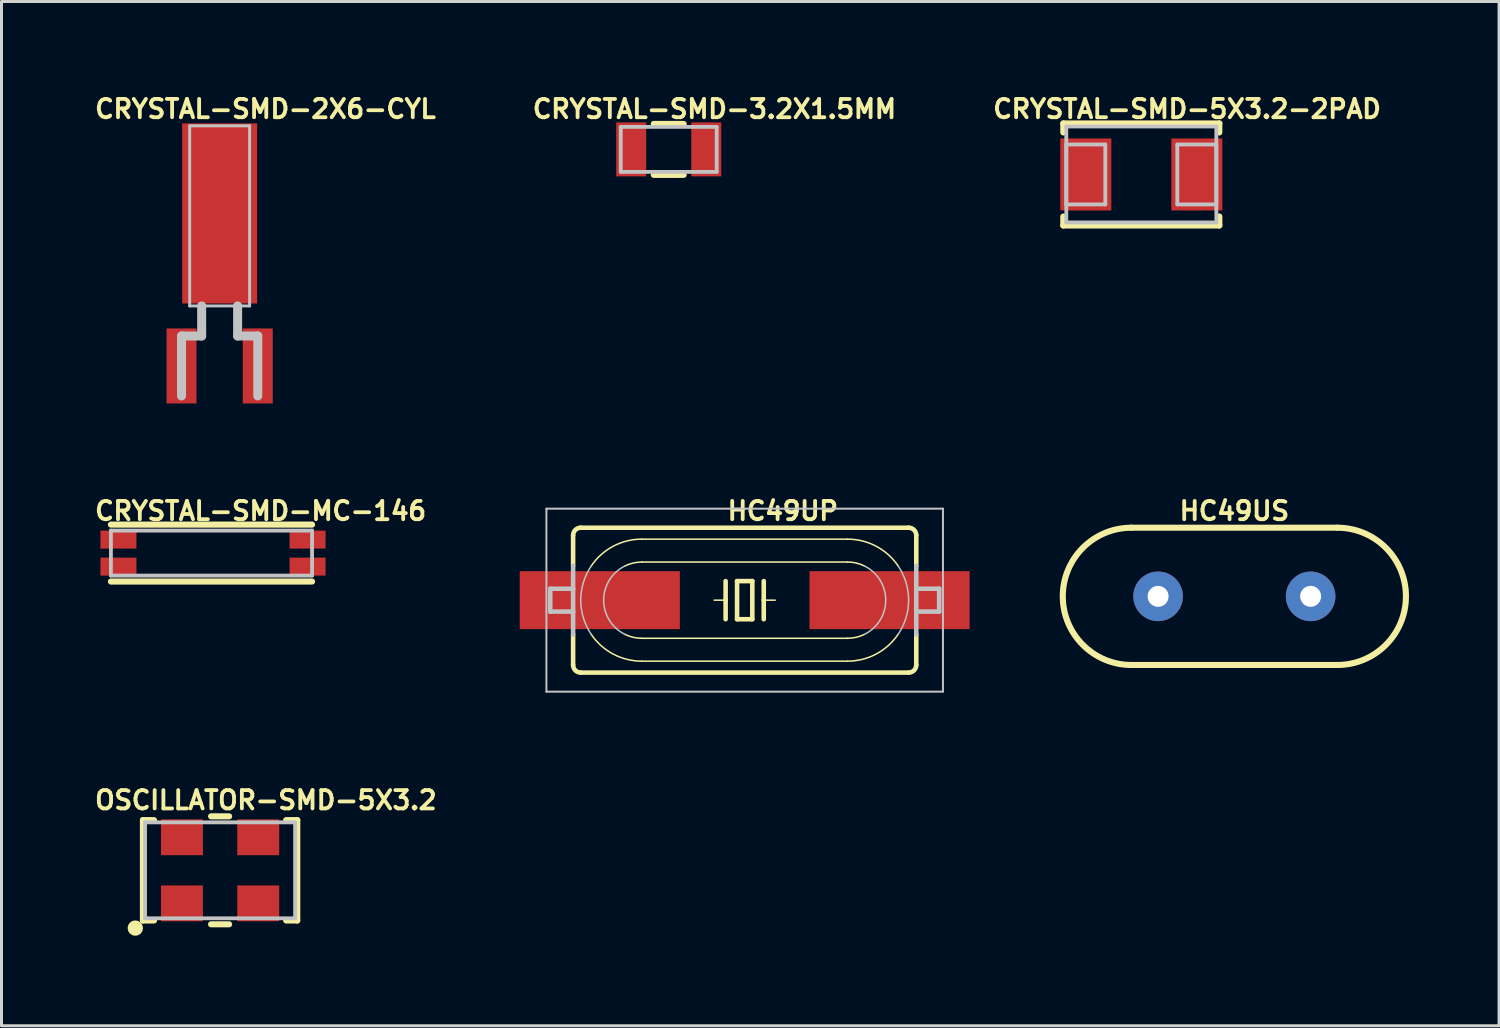
<source format=kicad_pcb>
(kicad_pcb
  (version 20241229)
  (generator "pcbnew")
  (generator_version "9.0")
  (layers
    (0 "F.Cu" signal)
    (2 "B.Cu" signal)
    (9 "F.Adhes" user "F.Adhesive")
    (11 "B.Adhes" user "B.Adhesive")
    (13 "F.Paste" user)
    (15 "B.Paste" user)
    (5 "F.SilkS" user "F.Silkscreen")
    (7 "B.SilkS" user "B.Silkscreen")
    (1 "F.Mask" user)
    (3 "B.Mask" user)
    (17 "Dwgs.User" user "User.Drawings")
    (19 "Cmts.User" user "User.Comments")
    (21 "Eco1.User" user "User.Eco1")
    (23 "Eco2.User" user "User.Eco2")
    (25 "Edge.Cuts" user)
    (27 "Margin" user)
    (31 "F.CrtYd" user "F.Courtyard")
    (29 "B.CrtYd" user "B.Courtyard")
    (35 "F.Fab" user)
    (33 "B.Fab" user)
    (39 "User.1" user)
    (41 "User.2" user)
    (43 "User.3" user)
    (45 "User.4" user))
  (footprint "CRYSTAL-SMD-3.2X1.5MM"
    (layer "F.Cu")
    (at 19.224 1.926)
    (property "Reference" "CRYSTAL-SMD-3.2X1.5MM" (at 1.524 -1.346 0) (layer "F.SilkS") (effects (font (size 0.61 0.61) (thickness 0.127))))
    (attr smd)
    (fp_line (start -0.498 -0.848) (end 0.498 -0.848) (stroke (width 0.203) (type solid)) (layer "F.SilkS"))
    (fp_line (start 0.498 0.848) (end -0.498 0.848) (stroke (width 0.203) (type solid)) (layer "F.SilkS"))
    (fp_line (start -1.598 -0.749) (end 1.598 -0.749) (stroke (width 0.127) (type solid)) (layer "Dwgs.User"))
    (fp_line (start -1.598 0.749) (end -1.598 -0.749) (stroke (width 0.127) (type solid)) (layer "Dwgs.User"))
    (fp_line (start 1.598 -0.749) (end 1.598 0.749) (stroke (width 0.127) (type solid)) (layer "Dwgs.User"))
    (fp_line (start 1.598 0.749) (end -1.598 0.749) (stroke (width 0.127) (type solid)) (layer "Dwgs.User"))
    (pad "P$1" smd rect (at -1.25 0) (size 0.998 1.798) (layers "F.Cu" "F.Mask" "F.Paste"))
    (pad "P$2" smd rect (at 1.25 0) (size 0.998 1.798) (layers "F.Cu" "F.Mask" "F.Paste")))
  (footprint "HC49UP"
    (layer "F.Cu")
    (at 21.754 16.94)
    (property "Reference" "HC49UP" (at 1.27 -2.972 0) (layer "F.SilkS") (effects (font (size 0.61 0.61) (thickness 0.127))))
    (attr smd)
    (fp_line (start -5.715 -1.143) (end -5.715 -2.159) (stroke (width 0.152) (type solid)) (layer "F.SilkS"))
    (fp_line (start -5.715 2.159) (end -5.715 1.143) (stroke (width 0.152) (type solid)) (layer "F.SilkS"))
    (fp_line (start -3.429 -2.032) (end 3.429 -2.032) (stroke (width 0.051) (type solid)) (layer "F.SilkS"))
    (fp_line (start -3.429 -1.27) (end 3.429 -1.27) (stroke (width 0.051) (type solid)) (layer "F.SilkS"))
    (fp_line (start -0.635 -0.635) (end -0.635 0) (stroke (width 0.152) (type solid)) (layer "F.SilkS"))
    (fp_line (start -0.635 0) (end -1.016 0) (stroke (width 0.051) (type solid)) (layer "F.SilkS"))
    (fp_line (start -0.635 0) (end -0.635 0.635) (stroke (width 0.152) (type solid)) (layer "F.SilkS"))
    (fp_line (start -0.254 -0.635) (end -0.254 0.635) (stroke (width 0.152) (type solid)) (layer "F.SilkS"))
    (fp_line (start -0.254 0.635) (end 0.254 0.635) (stroke (width 0.152) (type solid)) (layer "F.SilkS"))
    (fp_line (start 0.254 -0.635) (end -0.254 -0.635) (stroke (width 0.152) (type solid)) (layer "F.SilkS"))
    (fp_line (start 0.254 0.635) (end 0.254 -0.635) (stroke (width 0.152) (type solid)) (layer "F.SilkS"))
    (fp_line (start 0.635 -0.635) (end 0.635 0) (stroke (width 0.152) (type solid)) (layer "F.SilkS"))
    (fp_line (start 0.635 0) (end 0.635 0.635) (stroke (width 0.152) (type solid)) (layer "F.SilkS"))
    (fp_line (start 0.635 0) (end 1.016 0) (stroke (width 0.051) (type solid)) (layer "F.SilkS"))
    (fp_line (start 3.429 1.27) (end -3.429 1.27) (stroke (width 0.051) (type solid)) (layer "F.SilkS"))
    (fp_line (start 3.429 2.032) (end -3.429 2.032) (stroke (width 0.051) (type solid)) (layer "F.SilkS"))
    (fp_line (start 5.461 -2.413) (end -5.461 -2.413) (stroke (width 0.152) (type solid)) (layer "F.SilkS"))
    (fp_line (start 5.461 2.413) (end -5.461 2.413) (stroke (width 0.152) (type solid)) (layer "F.SilkS"))
    (fp_line (start 5.715 -1.143) (end 5.715 -2.159) (stroke (width 0.152) (type solid)) (layer "F.SilkS"))
    (fp_line (start 5.715 2.159) (end 5.715 1.143) (stroke (width 0.152) (type solid)) (layer "F.SilkS"))
    (fp_arc (start -5.715 -2.159) (mid -5.640605 -2.338605) (end -5.461 -2.413) (stroke (width 0.1524) (type solid)) (layer "F.SilkS"))
    (fp_arc (start -5.461 2.413) (mid -5.640605 2.338605) (end -5.715 2.159) (stroke (width 0.1524) (type solid)) (layer "F.SilkS"))
    (fp_arc (start -5.10794 -1.143) (mid -4.379218 -1.796128) (end -3.429787 -2.033178) (stroke (width 0.0508) (type solid)) (layer "F.SilkS"))
    (fp_arc (start -3.98018 -1.143) (mid -3.711094 -1.237203) (end -3.427769 -1.268955) (stroke (width 0.0508) (type solid)) (layer "F.SilkS"))
    (fp_arc (start -3.429 1.27) (mid -3.712527 1.237947) (end -3.981743 1.143405) (stroke (width 0.0508) (type solid)) (layer "F.SilkS"))
    (fp_arc (start -3.429 2.032) (mid -4.378266 1.796641) (end -5.107632 1.145085) (stroke (width 0.0508) (type solid)) (layer "F.SilkS"))
    (fp_arc (start 3.429 -2.032) (mid 4.378266 -1.796641) (end 5.107632 -1.145085) (stroke (width 0.0508) (type solid)) (layer "F.SilkS"))
    (fp_arc (start 3.429 -1.27) (mid 3.712527 -1.237947) (end 3.981743 -1.143405) (stroke (width 0.0508) (type solid)) (layer "F.SilkS"))
    (fp_arc (start 3.98018 1.143) (mid 3.711094 1.237203) (end 3.427769 1.268955) (stroke (width 0.0508) (type solid)) (layer "F.SilkS"))
    (fp_arc (start 5.10794 1.14046) (mid 4.380405 1.793882) (end 3.431886 2.031747) (stroke (width 0.0508) (type solid)) (layer "F.SilkS"))
    (fp_arc (start 5.461 -2.413) (mid 5.640605 -2.338605) (end 5.715 -2.159) (stroke (width 0.1524) (type solid)) (layer "F.SilkS"))
    (fp_arc (start 5.715 2.159) (mid 5.640605 2.338605) (end 5.461 2.413) (stroke (width 0.1524) (type solid)) (layer "F.SilkS"))
    (fp_line (start -6.604 -3.048) (end 6.604 -3.048) (stroke (width 0.066) (type solid)) (layer "Dwgs.User"))
    (fp_line (start -6.604 3.048) (end -6.604 -3.048) (stroke (width 0.066) (type solid)) (layer "Dwgs.User"))
    (fp_line (start -6.604 3.048) (end 6.604 3.048) (stroke (width 0.066) (type solid)) (layer "Dwgs.User"))
    (fp_line (start -6.477 0.381) (end -6.477 -0.381) (stroke (width 0.152) (type solid)) (layer "Dwgs.User"))
    (fp_line (start -5.715 -0.381) (end -6.477 -0.381) (stroke (width 0.152) (type solid)) (layer "Dwgs.User"))
    (fp_line (start -5.715 -0.381) (end -5.715 -1.143) (stroke (width 0.152) (type solid)) (layer "Dwgs.User"))
    (fp_line (start -5.715 0.381) (end -6.477 0.381) (stroke (width 0.152) (type solid)) (layer "Dwgs.User"))
    (fp_line (start -5.715 0.381) (end -5.715 -0.381) (stroke (width 0.152) (type solid)) (layer "Dwgs.User"))
    (fp_line (start -5.715 1.143) (end -5.715 0.381) (stroke (width 0.152) (type solid)) (layer "Dwgs.User"))
    (fp_line (start 5.715 -0.381) (end 6.477 -0.381) (stroke (width 0.152) (type solid)) (layer "Dwgs.User"))
    (fp_line (start 5.715 0.381) (end 6.477 0.381) (stroke (width 0.152) (type solid)) (layer "Dwgs.User"))
    (fp_line (start 5.715 1.143) (end 5.715 -1.143) (stroke (width 0.152) (type solid)) (layer "Dwgs.User"))
    (fp_line (start 6.477 0.381) (end 6.477 -0.381) (stroke (width 0.152) (type solid)) (layer "Dwgs.User"))
    (fp_line (start 6.604 3.048) (end 6.604 -3.048) (stroke (width 0.066) (type solid)) (layer "Dwgs.User"))
    (fp_arc (start -5.10794 1.143) (mid -5.46008 0.001649) (end -5.109794 -1.140273) (stroke (width 0.0508) (type solid)) (layer "Dwgs.User"))
    (fp_arc (start -3.98018 1.143) (mid -4.697953 0.002339) (end -3.98439 -1.14096) (stroke (width 0.0508) (type solid)) (layer "Dwgs.User"))
    (fp_arc (start 3.98018 -1.143) (mid 4.697953 -0.002339) (end 3.98439 1.14096) (stroke (width 0.0508) (type solid)) (layer "Dwgs.User"))
    (fp_arc (start 5.10794 -1.143) (mid 5.46008 -0.001649) (end 5.109794 1.140273) (stroke (width 0.0508) (type solid)) (layer "Dwgs.User"))
    (pad "1" smd rect (at -4.826 0) (size 5.334 1.93) (layers "F.Cu" "F.Mask" "F.Paste"))
    (pad "2" smd rect (at 4.826 0) (size 5.334 1.93) (layers "F.Cu" "F.Mask" "F.Paste")))
  (footprint "HC49US"
    (layer "F.Cu")
    (at 38.064 16.813)
    (property "Reference" "HC49US" (at 0 -2.845 0) (layer "F.SilkS") (effects (font (size 0.61 0.61) (thickness 0.127))))
    (attr exclude_from_pos_files exclude_from_bom)
    (fp_line (start -3.429 2.286) (end 3.429 2.286) (stroke (width 0.203) (type solid)) (layer "F.SilkS"))
    (fp_line (start 3.429 -2.286) (end -3.429 -2.286) (stroke (width 0.203) (type solid)) (layer "F.SilkS"))
    (fp_arc (start -3.429 2.286) (mid -5.715 0) (end -3.429 -2.286) (stroke (width 0.2032) (type solid)) (layer "F.SilkS"))
    (fp_arc (start 3.429 -2.286) (mid 5.715 0) (end 3.429 2.286) (stroke (width 0.2032) (type solid)) (layer "F.SilkS"))
    (pad "1" thru_hole circle (at -2.54 0) (size 1.651 1.651) (drill 0.699) (layers "*.Cu" "*.Paste" "*.Mask"))
    (pad "2" thru_hole circle (at 2.54 0) (size 1.651 1.651) (drill 0.699) (layers "*.Cu" "*.Paste" "*.Mask")))
  (footprint "OSCILLATOR-SMD-5X3.2"
    (layer "F.Cu")
    (at 4.281 25.938)
    (property "Reference" "OSCILLATOR-SMD-5X3.2" (at 1.524 -2.337 0) (layer "F.SilkS") (effects (font (size 0.61 0.61) (thickness 0.127))))
    (attr smd)
    (fp_line (start -2.57 -1.671) (end -2.57 1.671) (stroke (width 0.203) (type solid)) (layer "F.SilkS"))
    (fp_line (start -2.57 -1.671) (end -2.2 -1.671) (stroke (width 0.203) (type solid)) (layer "F.SilkS"))
    (fp_line (start -2.57 1.671) (end -2.2 1.671) (stroke (width 0.203) (type solid)) (layer "F.SilkS"))
    (fp_line (start -0.3 1.798) (end 0.3 1.798) (stroke (width 0.203) (type solid)) (layer "F.SilkS"))
    (fp_line (start 0.3 -1.798) (end -0.3 -1.798) (stroke (width 0.203) (type solid)) (layer "F.SilkS"))
    (fp_line (start 2.57 -1.671) (end 2.2 -1.671) (stroke (width 0.203) (type solid)) (layer "F.SilkS"))
    (fp_line (start 2.57 1.671) (end 2.2 1.671) (stroke (width 0.203) (type solid)) (layer "F.SilkS"))
    (fp_line (start 2.57 1.671) (end 2.57 -1.671) (stroke (width 0.203) (type solid)) (layer "F.SilkS"))
    (fp_circle (center -2.824 1.925) (end -2.824 1.671) (stroke (width 0) (type solid)) (fill yes) (layer "F.SilkS"))
    (fp_line (start -2.499 -1.598) (end -2.499 1.598) (stroke (width 0.127) (type solid)) (layer "Dwgs.User"))
    (fp_line (start -2.499 1.598) (end 2.499 1.598) (stroke (width 0.127) (type solid)) (layer "Dwgs.User"))
    (fp_line (start 2.499 -1.598) (end -2.499 -1.598) (stroke (width 0.127) (type solid)) (layer "Dwgs.User"))
    (fp_line (start 2.499 1.598) (end 2.499 -1.598) (stroke (width 0.127) (type solid)) (layer "Dwgs.User"))
    (pad "1" smd rect (at -1.27 1.1) (size 1.397 1.194) (layers "F.Cu" "F.Mask" "F.Paste"))
    (pad "2" smd rect (at 1.27 1.1) (size 1.397 1.194) (layers "F.Cu" "F.Mask" "F.Paste"))
    (pad "3" smd rect (at 1.27 -1.1) (size 1.397 1.194) (layers "F.Cu" "F.Mask" "F.Paste"))
    (pad "4" smd rect (at -1.27 -1.1) (size 1.397 1.194) (layers "F.Cu" "F.Mask" "F.Paste")))
  (footprint "CRYSTAL-SMD-MC-146"
    (layer "F.Cu")
    (at 0.296 16.122)
    (property "Reference" "CRYSTAL-SMD-MC-146" (at 5.334 -2.154 0) (layer "F.SilkS") (effects (font (size 0.61 0.61) (thickness 0.127))))
    (attr smd)
    (fp_line (start 0.348 -1.699) (end 7.048 -1.699) (stroke (width 0.203) (type solid)) (layer "F.SilkS"))
    (fp_line (start 7.048 0.198) (end 0.348 0.198) (stroke (width 0.203) (type solid)) (layer "F.SilkS"))
    (fp_line (start 0.348 -1.499) (end 0.348 0) (stroke (width 0.127) (type solid)) (layer "Dwgs.User"))
    (fp_line (start 0.348 0) (end 7.048 0) (stroke (width 0.127) (type solid)) (layer "Dwgs.User"))
    (fp_line (start 7.048 -1.499) (end 0.348 -1.499) (stroke (width 0.127) (type solid)) (layer "Dwgs.User"))
    (fp_line (start 7.048 0) (end 7.048 -1.499) (stroke (width 0.127) (type solid)) (layer "Dwgs.User"))
    (pad "NC1" smd rect (at 6.899 -1.199) (size 1.199 0.599) (layers "F.Cu" "F.Mask" "F.Paste"))
    (pad "NC2" smd rect (at 6.899 -0.3) (size 1.199 0.599) (layers "F.Cu" "F.Mask" "F.Paste"))
    (pad "P$1" smd rect (at 0.599 -0.3) (size 1.199 0.599) (layers "F.Cu" "F.Mask" "F.Paste"))
    (pad "P$2" smd rect (at 0.599 -1.199) (size 1.199 0.599) (layers "F.Cu" "F.Mask" "F.Paste")))
  (footprint "CRYSTAL-SMD-5X3.2-2PAD"
    (layer "F.Cu")
    (at 34.965 2.761)
    (property "Reference" "CRYSTAL-SMD-5X3.2-2PAD" (at 1.524 -2.182 0) (layer "F.SilkS") (effects (font (size 0.61 0.61) (thickness 0.127))))
    (attr smd)
    (fp_line (start -2.598 -1.699) (end -2.598 -1.4) (stroke (width 0.203) (type solid)) (layer "F.SilkS"))
    (fp_line (start -2.598 -1.699) (end 2.598 -1.699) (stroke (width 0.203) (type solid)) (layer "F.SilkS"))
    (fp_line (start -2.598 1.699) (end -2.598 1.4) (stroke (width 0.203) (type solid)) (layer "F.SilkS"))
    (fp_line (start 2.598 -1.699) (end 2.598 -1.4) (stroke (width 0.203) (type solid)) (layer "F.SilkS"))
    (fp_line (start 2.598 1.699) (end -2.598 1.699) (stroke (width 0.203) (type solid)) (layer "F.SilkS"))
    (fp_line (start 2.598 1.699) (end 2.598 1.4) (stroke (width 0.203) (type solid)) (layer "F.SilkS"))
    (fp_line (start -2.499 -1.598) (end -2.499 1.598) (stroke (width 0.127) (type solid)) (layer "Dwgs.User"))
    (fp_line (start -2.499 -0.998) (end -1.199 -0.998) (stroke (width 0.127) (type solid)) (layer "Dwgs.User"))
    (fp_line (start -2.499 0.998) (end -2.499 -0.998) (stroke (width 0.127) (type solid)) (layer "Dwgs.User"))
    (fp_line (start -2.499 1.598) (end 2.499 1.598) (stroke (width 0.127) (type solid)) (layer "Dwgs.User"))
    (fp_line (start -1.199 -0.998) (end -1.199 0.998) (stroke (width 0.127) (type solid)) (layer "Dwgs.User"))
    (fp_line (start -1.199 0.998) (end -2.499 0.998) (stroke (width 0.127) (type solid)) (layer "Dwgs.User"))
    (fp_line (start 1.199 -0.998) (end 2.499 -0.998) (stroke (width 0.127) (type solid)) (layer "Dwgs.User"))
    (fp_line (start 1.199 0.998) (end 1.199 -0.998) (stroke (width 0.127) (type solid)) (layer "Dwgs.User"))
    (fp_line (start 2.499 -1.598) (end -2.499 -1.598) (stroke (width 0.127) (type solid)) (layer "Dwgs.User"))
    (fp_line (start 2.499 -0.998) (end 2.499 0.998) (stroke (width 0.127) (type solid)) (layer "Dwgs.User"))
    (fp_line (start 2.499 0.998) (end 1.199 0.998) (stroke (width 0.127) (type solid)) (layer "Dwgs.User"))
    (fp_line (start 2.499 1.598) (end 2.499 -1.598) (stroke (width 0.127) (type solid)) (layer "Dwgs.User"))
    (pad "P$1" smd rect (at 1.849 0) (size 1.699 2.398) (layers "F.Cu" "F.Mask" "F.Paste"))
    (pad "P$2" smd rect (at -1.849 0) (size 1.699 2.398) (layers "F.Cu" "F.Mask" "F.Paste")))
  (footprint "CRYSTAL-SMD-2X6-CYL"
    (layer "F.Cu")
    (at 4.266 9.139)
    (property "Reference" "CRYSTAL-SMD-2X6-CYL" (at 1.524 -8.56 0) (layer "F.SilkS") (effects (font (size 0.61 0.61) (thickness 0.127))))
    (attr smd)
    (fp_line (start -1.27 -0.998) (end -0.599 -0.998) (stroke (width 0.3) (type solid)) (layer "Dwgs.User"))
    (fp_line (start -1.27 0.998) (end -1.27 -0.998) (stroke (width 0.3) (type solid)) (layer "Dwgs.User"))
    (fp_line (start -0.998 -7.998) (end -0.998 -1.999) (stroke (width 0.099) (type solid)) (layer "Dwgs.User"))
    (fp_line (start -0.998 -1.999) (end 0.998 -1.999) (stroke (width 0.099) (type solid)) (layer "Dwgs.User"))
    (fp_line (start -0.599 -1.999) (end -0.498 -1.999) (stroke (width 0.127) (type solid)) (layer "Dwgs.User"))
    (fp_line (start -0.599 -0.998) (end -0.599 -1.999) (stroke (width 0.3) (type solid)) (layer "Dwgs.User"))
    (fp_line (start 0.599 -1.999) (end 0.498 -1.999) (stroke (width 0.127) (type solid)) (layer "Dwgs.User"))
    (fp_line (start 0.599 -0.998) (end 0.599 -1.999) (stroke (width 0.3) (type solid)) (layer "Dwgs.User"))
    (fp_line (start 0.998 -7.998) (end -0.998 -7.998) (stroke (width 0.099) (type solid)) (layer "Dwgs.User"))
    (fp_line (start 0.998 -1.999) (end 0.998 -7.998) (stroke (width 0.099) (type solid)) (layer "Dwgs.User"))
    (fp_line (start 1.27 -0.998) (end 0.599 -0.998) (stroke (width 0.3) (type solid)) (layer "Dwgs.User"))
    (fp_line (start 1.27 0.998) (end 1.27 -0.998) (stroke (width 0.3) (type solid)) (layer "Dwgs.User"))
    (pad "SHEI" smd rect (at 0 -5.08) (size 2.499 5.999) (layers "F.Cu" "F.Mask" "F.Paste"))
    (pad "X1" smd rect (at -1.27 0) (size 0.998 2.499) (layers "F.Cu" "F.Mask" "F.Paste"))
    (pad "X2" smd rect (at 1.27 0) (size 0.998 2.499) (layers "F.Cu" "F.Mask" "F.Paste")))
  (gr_rect
    (start -3 -3)
    (end 46.88 31.117)
    (stroke (width 0.1) (type default))
    (fill no)
    (layer "Edge.Cuts")))
</source>
